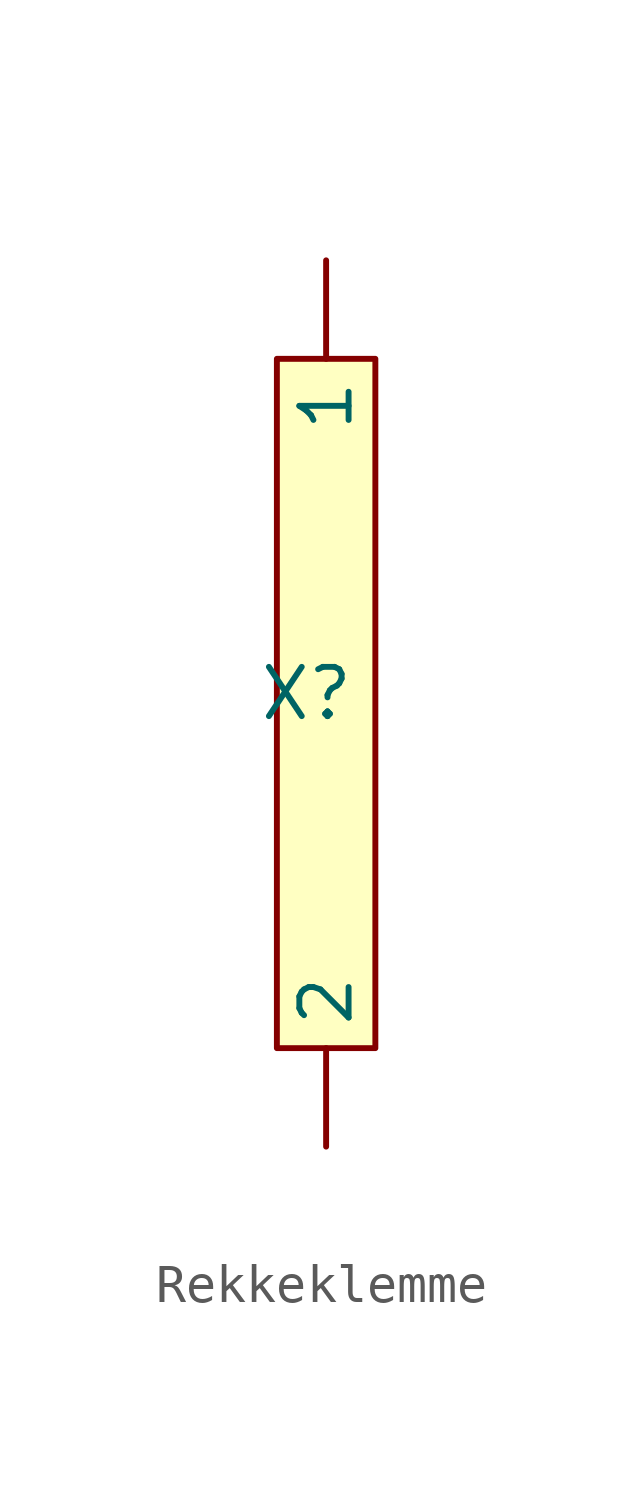
<source format=kicad_sym>
(kicad_symbol_lib
  (version 20231120)
  (generator "kicad_symbol_editor")
  (generator_version "8.0")
  (symbol "Rekkeklemme"
    (property "Reference" "X"
      (at 0.762 0.254 0)
      (effects (font (size 1.27 1.27))))
    (property "Value" ""
      (at 0 -1.27 0)
      (effects (font (size 1.27 1.27))))
    (symbol "Rekkeklemme_1_1"
      (rectangle (start 0 8.89) (end 2.54 -8.89) (stroke (width 0) (type default)) (fill (type background)))
      (pin power_out line (at 1.27 11.43 270) (length 2.54) (name "1" (effects (font (size 1.27 1.27)))) (number "" (effects (font (size 1.27 1.27)))))
      (pin input line (at 1.27 -11.43 90) (length 2.54) (name "2" (effects (font (size 1.27 1.27)))) (number "" (effects (font (size 1.27 1.27))))))))
</source>
